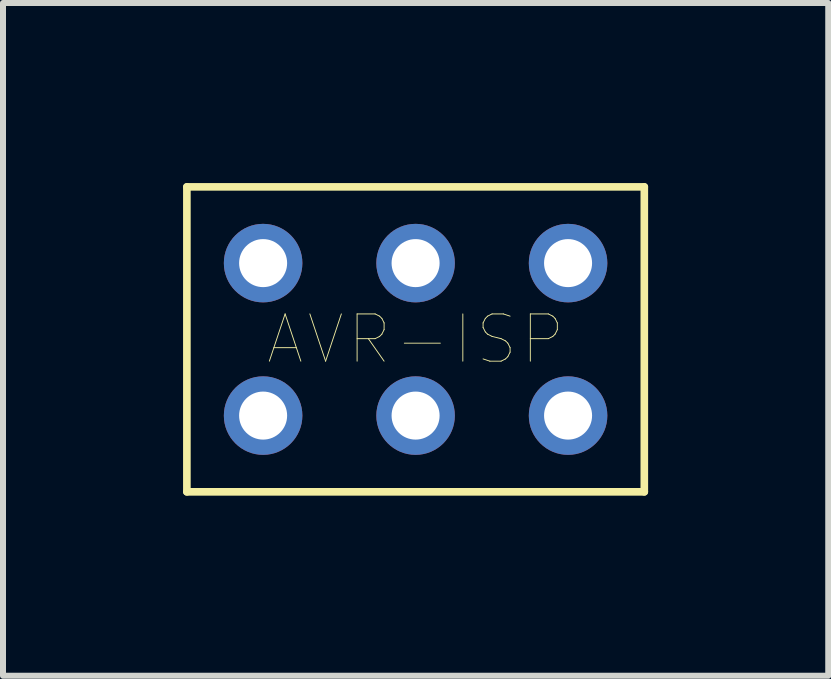
<source format=kicad_pcb>
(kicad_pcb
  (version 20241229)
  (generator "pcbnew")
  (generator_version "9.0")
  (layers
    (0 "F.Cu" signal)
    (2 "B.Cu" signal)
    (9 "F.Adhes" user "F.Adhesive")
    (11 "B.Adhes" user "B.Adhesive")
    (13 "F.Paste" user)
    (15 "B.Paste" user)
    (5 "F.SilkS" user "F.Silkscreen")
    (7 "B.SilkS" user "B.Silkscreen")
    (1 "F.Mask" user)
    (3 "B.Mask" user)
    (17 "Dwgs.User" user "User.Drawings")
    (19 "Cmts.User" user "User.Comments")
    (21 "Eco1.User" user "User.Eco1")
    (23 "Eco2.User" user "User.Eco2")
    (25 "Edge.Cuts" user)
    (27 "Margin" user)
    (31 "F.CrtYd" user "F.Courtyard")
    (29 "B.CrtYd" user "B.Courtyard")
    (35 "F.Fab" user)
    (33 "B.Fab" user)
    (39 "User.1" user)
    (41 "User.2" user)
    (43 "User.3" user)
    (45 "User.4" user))
  (footprint "AVR-ISP"
    (layer "F.Cu")
    (at 3.873 2.603)
    (property "Reference" "AVR-ISP" (at 0 0 0) (layer "F.SilkS") (effects (font (size 0.787 0.787) (thickness 0.015))))
    (attr through_hole)
    (fp_line (start -3.81 -2.54) (end 3.81 -2.54) (stroke (width 0.127) (type solid)) (layer "F.SilkS"))
    (fp_line (start -3.81 2.54) (end -3.81 -2.54) (stroke (width 0.127) (type solid)) (layer "F.SilkS"))
    (fp_line (start 3.81 -2.54) (end 3.81 2.54) (stroke (width 0.127) (type solid)) (layer "F.SilkS"))
    (fp_line (start 3.81 2.54) (end -3.81 2.54) (stroke (width 0.127) (type solid)) (layer "F.SilkS"))
    (pad "GND" thru_hole circle (at 2.54 -1.27) (size 1.308 1.308) (drill 0.8) (layers "*.Cu" "*.Mask"))
    (pad "MISO" thru_hole circle (at -2.54 1.27) (size 1.308 1.308) (drill 0.8) (layers "*.Cu" "*.Mask"))
    (pad "MOSI" thru_hole circle (at 0 -1.27) (size 1.308 1.308) (drill 0.8) (layers "*.Cu" "*.Mask"))
    (pad "RST" thru_hole circle (at 2.54 1.27) (size 1.308 1.308) (drill 0.8) (layers "*.Cu" "*.Mask"))
    (pad "SCK" thru_hole circle (at 0 1.27) (size 1.308 1.308) (drill 0.8) (layers "*.Cu" "*.Mask"))
    (pad "VCC" thru_hole circle (at -2.54 -1.27) (size 1.308 1.308) (drill 0.8) (layers "*.Cu" "*.Mask")))
  (gr_rect
    (start -3 -3)
    (end 10.747 8.207)
    (stroke (width 0.1) (type default))
    (fill no)
    (layer "Edge.Cuts")))
</source>
